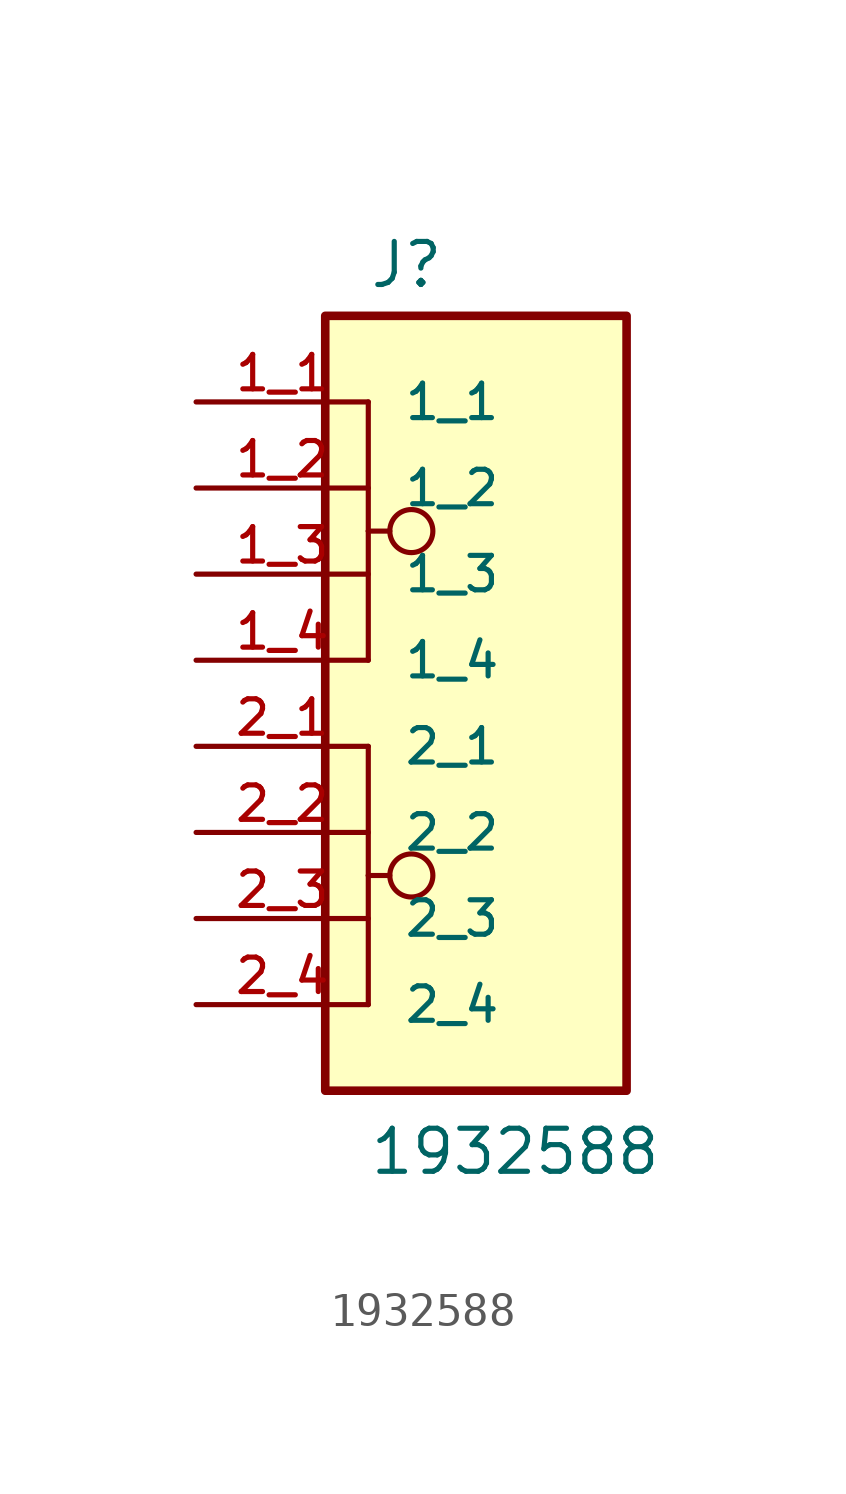
<source format=kicad_sym>
(kicad_symbol_lib
  (version 20211014)
  (generator kicad_symbol_editor)
  (symbol "1932588"
    (pin_names
      (offset 1.016))
    (property "Reference" "J"
      (at -2.54 10.922 0)
      (effects (font (size 1.27 1.27)) (justify bottom left)))
    (property "Value" "1932588"
      (at -2.54 -15.24 0)
      (effects (font (size 1.27 1.27)) (justify bottom left)))
    (symbol "1932588_0_0"
      (polyline (pts (xy -2.54 7.62) (xy -2.54 3.81)) (stroke (width 0.152)))
      (polyline (pts (xy -2.54 3.81) (xy -1.905 3.81)) (stroke (width 0.152)))
      (polyline (pts (xy -2.54 -2.54) (xy -2.54 -6.35)) (stroke (width 0.152)))
      (circle (center -1.27 3.81) (radius 0.635) (stroke (width 0.152)) (fill (type none)))
      (polyline (pts (xy -2.54 -6.35) (xy -1.905 -6.35)) (stroke (width 0.152)))
      (circle (center -1.27 -6.35) (radius 0.635) (stroke (width 0.152)) (fill (type none)))
      (polyline (pts (xy -2.54 3.81) (xy -2.54 0.0)) (stroke (width 0.152)))
      (polyline (pts (xy -2.54 -6.35) (xy -2.54 -10.16)) (stroke (width 0.152)))
      (rectangle (start -3.81 -12.7) (end 5.08 10.16) (stroke (width 0.254)) (fill (type background)))
      (pin passive line (at -7.62 7.62 0) (length 5.08) (name "1_1" (effects (font (size 1.016 1.016)))) (number "1_1" (effects (font (size 1.016 1.016)))))
      (pin passive line (at -7.62 5.08 0) (length 5.08) (name "1_2" (effects (font (size 1.016 1.016)))) (number "1_2" (effects (font (size 1.016 1.016)))))
      (pin passive line (at -7.62 2.54 0) (length 5.08) (name "1_3" (effects (font (size 1.016 1.016)))) (number "1_3" (effects (font (size 1.016 1.016)))))
      (pin passive line (at -7.62 -2.54 0) (length 5.08) (name "2_1" (effects (font (size 1.016 1.016)))) (number "2_1" (effects (font (size 1.016 1.016)))))
      (pin passive line (at -7.62 -5.08 0) (length 5.08) (name "2_2" (effects (font (size 1.016 1.016)))) (number "2_2" (effects (font (size 1.016 1.016)))))
      (pin passive line (at -7.62 -7.62 0) (length 5.08) (name "2_3" (effects (font (size 1.016 1.016)))) (number "2_3" (effects (font (size 1.016 1.016)))))
      (pin passive line (at -7.62 0.0 0) (length 5.08) (name "1_4" (effects (font (size 1.016 1.016)))) (number "1_4" (effects (font (size 1.016 1.016)))))
      (pin passive line (at -7.62 -10.16 0) (length 5.08) (name "2_4" (effects (font (size 1.016 1.016)))) (number "2_4" (effects (font (size 1.016 1.016))))))))
</source>
